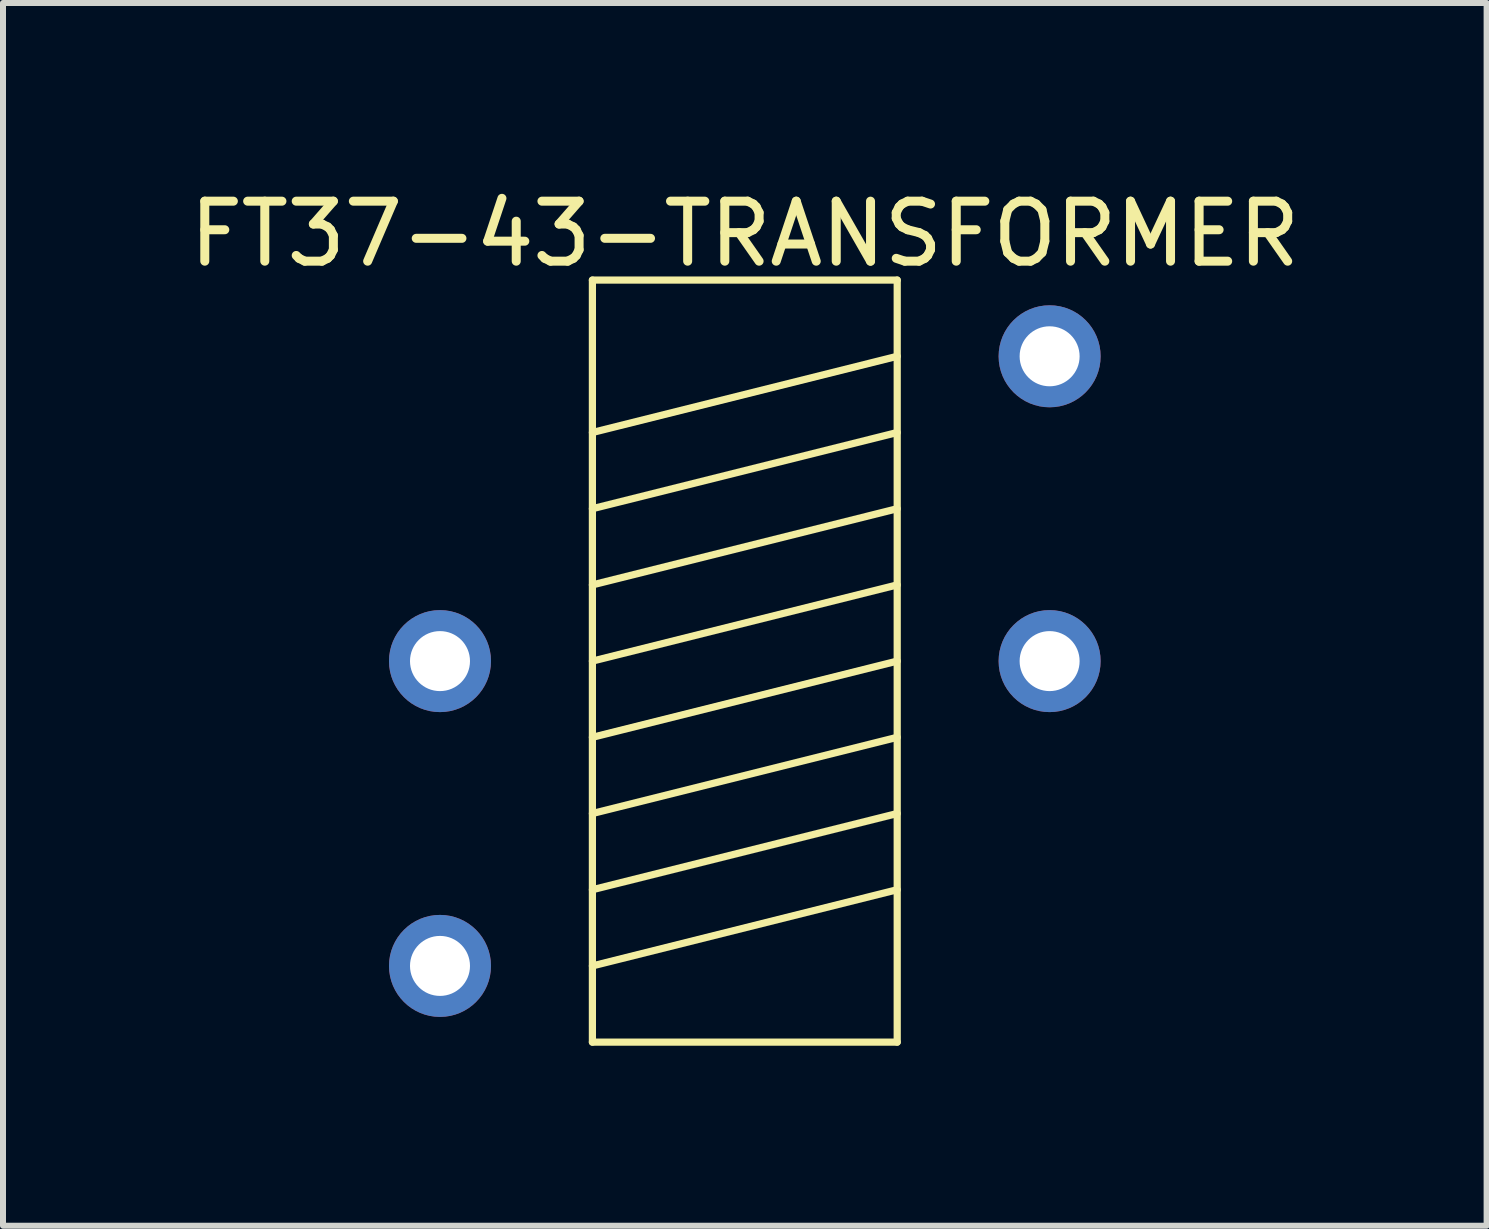
<source format=kicad_pcb>
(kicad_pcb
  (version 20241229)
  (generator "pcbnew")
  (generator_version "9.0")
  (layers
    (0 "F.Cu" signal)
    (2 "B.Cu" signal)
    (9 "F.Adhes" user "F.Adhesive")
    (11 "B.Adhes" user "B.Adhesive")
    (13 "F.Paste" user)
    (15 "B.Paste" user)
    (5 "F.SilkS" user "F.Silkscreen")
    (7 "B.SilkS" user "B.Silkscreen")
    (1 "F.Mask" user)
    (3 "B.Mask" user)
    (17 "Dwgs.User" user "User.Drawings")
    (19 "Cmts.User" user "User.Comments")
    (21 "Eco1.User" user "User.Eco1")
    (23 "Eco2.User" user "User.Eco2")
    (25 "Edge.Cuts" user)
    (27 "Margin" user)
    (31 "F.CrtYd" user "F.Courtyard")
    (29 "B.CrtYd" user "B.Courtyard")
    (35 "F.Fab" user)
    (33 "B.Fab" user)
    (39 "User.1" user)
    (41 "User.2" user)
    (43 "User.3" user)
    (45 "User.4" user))
  (footprint "FT37-43-TRANSFORMER"
    (layer "F.Cu")
    (at 9.363 0.348)
    (property "Reference" "FT37-43-TRANSFORMER" (at 0 0.5 0) (unlocked yes) (layer "F.SilkS") (effects (font (size 1 1) (thickness 0.15))))
    (attr through_hole)
    (fp_line (start -2.54 1.27) (end 2.54 1.27) (stroke (width 0.12) (type solid)) (layer "F.SilkS"))
    (fp_line (start -2.54 3.81) (end 2.54 2.54) (stroke (width 0.12) (type solid)) (layer "F.SilkS"))
    (fp_line (start -2.54 5.08) (end 2.54 3.81) (stroke (width 0.12) (type solid)) (layer "F.SilkS"))
    (fp_line (start -2.54 6.35) (end 2.54 5.08) (stroke (width 0.12) (type solid)) (layer "F.SilkS"))
    (fp_line (start -2.54 7.62) (end 2.54 6.35) (stroke (width 0.12) (type solid)) (layer "F.SilkS"))
    (fp_line (start -2.54 8.89) (end 2.54 7.62) (stroke (width 0.12) (type solid)) (layer "F.SilkS"))
    (fp_line (start -2.54 10.16) (end 2.54 8.89) (stroke (width 0.12) (type solid)) (layer "F.SilkS"))
    (fp_line (start -2.54 11.43) (end 2.54 10.16) (stroke (width 0.12) (type solid)) (layer "F.SilkS"))
    (fp_line (start -2.54 12.7) (end 2.54 11.43) (stroke (width 0.12) (type solid)) (layer "F.SilkS"))
    (fp_line (start -2.54 13.97) (end -2.54 1.27) (stroke (width 0.12) (type solid)) (layer "F.SilkS"))
    (fp_line (start 2.54 1.27) (end 2.54 13.97) (stroke (width 0.12) (type solid)) (layer "F.SilkS"))
    (fp_line (start 2.54 13.97) (end -2.54 13.97) (stroke (width 0.12) (type solid)) (layer "F.SilkS"))
    (pad "1" thru_hole circle (at 5.08 2.54) (size 1.7 1.7) (drill 1) (layers "*.Cu" "*.Mask"))
    (pad "2" thru_hole circle (at -5.08 12.7) (size 1.7 1.7) (drill 1) (layers "*.Cu" "*.Mask"))
    (pad "3" thru_hole circle (at 5.08 7.62) (size 1.7 1.7) (drill 1) (layers "*.Cu" "*.Mask"))
    (pad "4" thru_hole circle (at -5.08 7.62) (size 1.7 1.7) (drill 1) (layers "*.Cu" "*.Mask")))
  (gr_rect
    (start -3 -3)
    (end 21.726 17.378)
    (stroke (width 0.1) (type default))
    (fill no)
    (layer "Edge.Cuts")))
</source>
